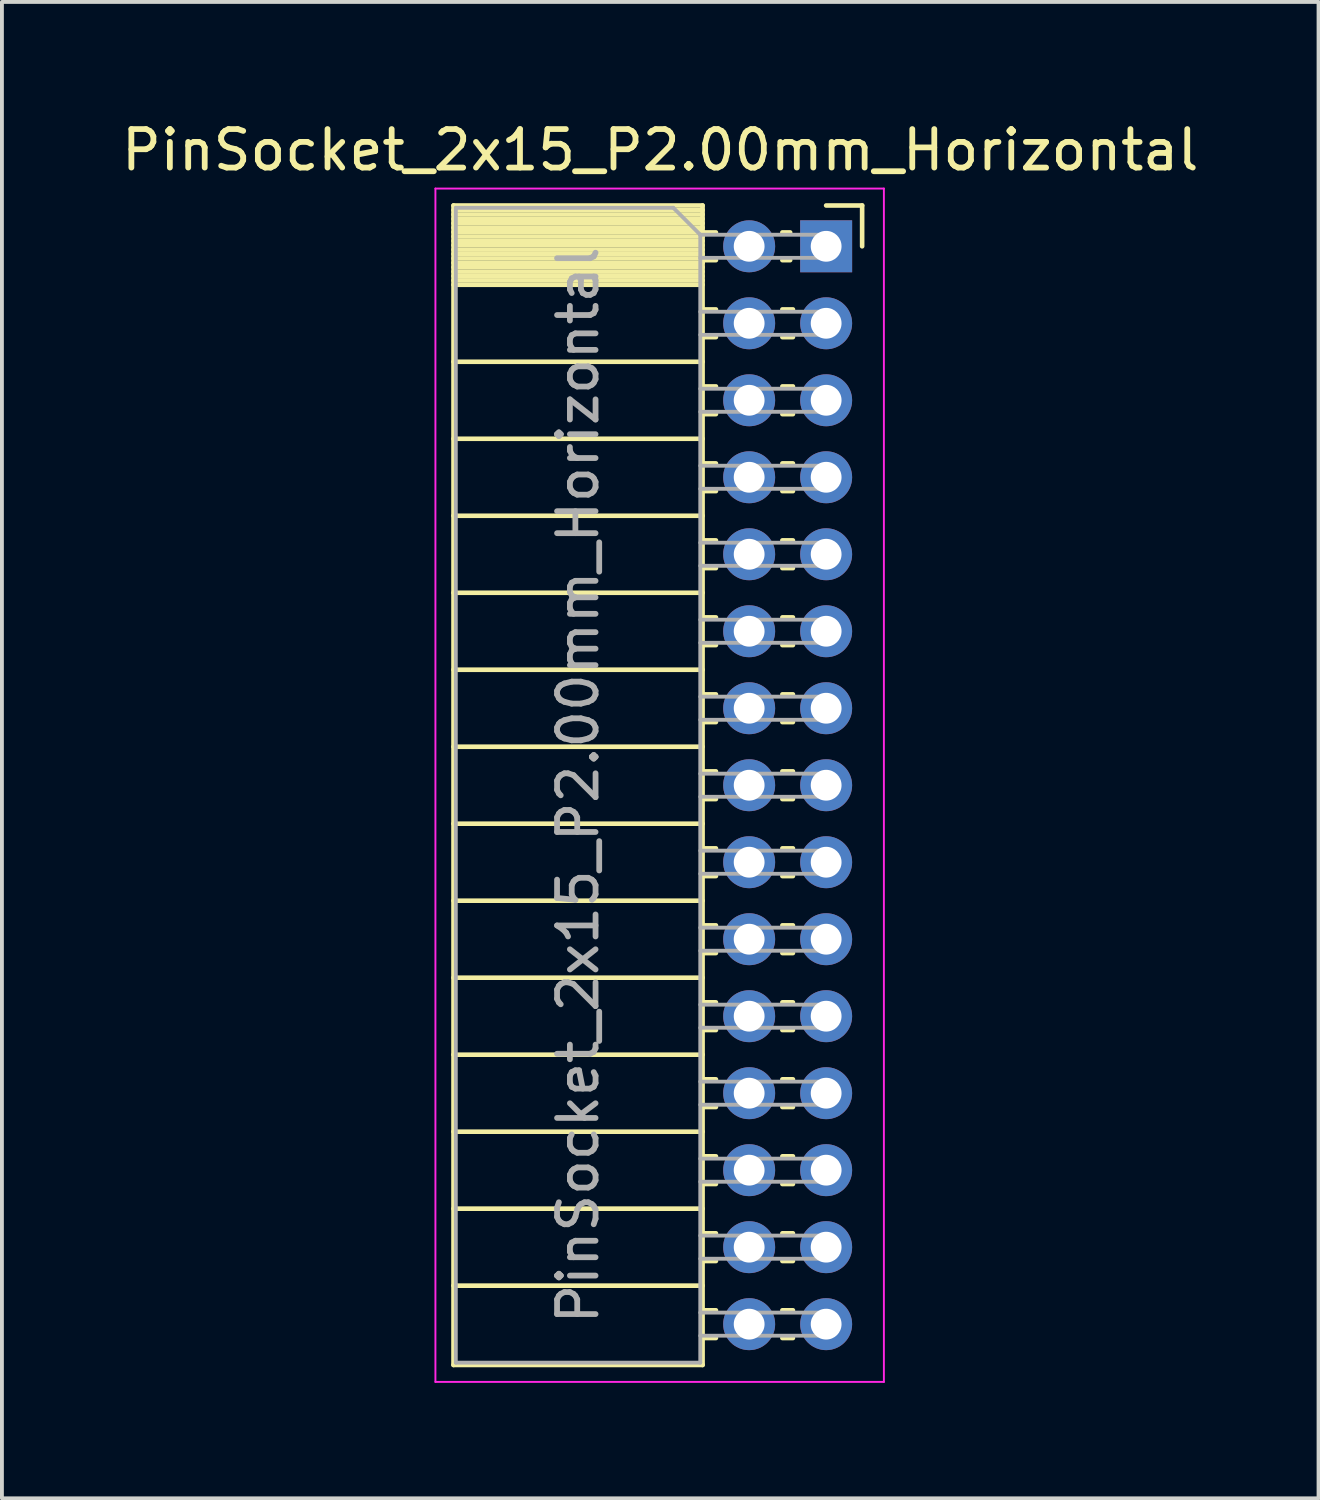
<source format=kicad_pcb>
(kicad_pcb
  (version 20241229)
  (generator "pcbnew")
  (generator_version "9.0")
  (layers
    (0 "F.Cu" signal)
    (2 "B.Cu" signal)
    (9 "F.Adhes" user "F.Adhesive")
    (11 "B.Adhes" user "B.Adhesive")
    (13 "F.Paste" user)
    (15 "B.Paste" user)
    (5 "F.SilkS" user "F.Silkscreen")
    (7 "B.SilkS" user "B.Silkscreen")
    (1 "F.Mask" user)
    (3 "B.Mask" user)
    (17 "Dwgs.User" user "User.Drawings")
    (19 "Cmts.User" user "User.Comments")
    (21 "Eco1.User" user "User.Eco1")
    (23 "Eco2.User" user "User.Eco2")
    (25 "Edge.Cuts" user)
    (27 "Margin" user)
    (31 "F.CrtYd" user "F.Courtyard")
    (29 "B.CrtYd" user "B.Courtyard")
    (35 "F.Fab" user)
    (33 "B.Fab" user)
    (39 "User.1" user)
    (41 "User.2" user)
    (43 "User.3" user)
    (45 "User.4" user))
  (footprint "PinSocket_2x15_P2.00mm_Horizontal"
    (layer "F.Cu")
    (at 18.411 3.348)
    (property "Reference" "PinSocket_2x15_P2.00mm_Horizontal" (at -4.31 -2.5 0) (layer "F.SilkS") (effects (font (size 1 1) (thickness 0.15))))
    (attr through_hole)
    (fp_line (start -9.68 -1.06) (end -9.68 29.06) (stroke (width 0.12) (type solid)) (layer "F.SilkS"))
    (fp_line (start -9.68 -1.06) (end -3.21 -1.06) (stroke (width 0.12) (type solid)) (layer "F.SilkS"))
    (fp_line (start -9.68 -0.94) (end -3.21 -0.94) (stroke (width 0.12) (type solid)) (layer "F.SilkS"))
    (fp_line (start -9.68 -0.826) (end -3.21 -0.826) (stroke (width 0.12) (type solid)) (layer "F.SilkS"))
    (fp_line (start -9.68 -0.712) (end -3.21 -0.712) (stroke (width 0.12) (type solid)) (layer "F.SilkS"))
    (fp_line (start -9.68 -0.598) (end -3.21 -0.598) (stroke (width 0.12) (type solid)) (layer "F.SilkS"))
    (fp_line (start -9.68 -0.484) (end -3.21 -0.484) (stroke (width 0.12) (type solid)) (layer "F.SilkS"))
    (fp_line (start -9.68 -0.369) (end -3.21 -0.369) (stroke (width 0.12) (type solid)) (layer "F.SilkS"))
    (fp_line (start -9.68 -0.255) (end -3.21 -0.255) (stroke (width 0.12) (type solid)) (layer "F.SilkS"))
    (fp_line (start -9.68 -0.141) (end -3.21 -0.141) (stroke (width 0.12) (type solid)) (layer "F.SilkS"))
    (fp_line (start -9.68 -0.027) (end -3.21 -0.027) (stroke (width 0.12) (type solid)) (layer "F.SilkS"))
    (fp_line (start -9.68 0.087) (end -3.21 0.087) (stroke (width 0.12) (type solid)) (layer "F.SilkS"))
    (fp_line (start -9.68 0.201) (end -3.21 0.201) (stroke (width 0.12) (type solid)) (layer "F.SilkS"))
    (fp_line (start -9.68 0.315) (end -3.21 0.315) (stroke (width 0.12) (type solid)) (layer "F.SilkS"))
    (fp_line (start -9.68 0.429) (end -3.21 0.429) (stroke (width 0.12) (type solid)) (layer "F.SilkS"))
    (fp_line (start -9.68 0.544) (end -3.21 0.544) (stroke (width 0.12) (type solid)) (layer "F.SilkS"))
    (fp_line (start -9.68 0.658) (end -3.21 0.658) (stroke (width 0.12) (type solid)) (layer "F.SilkS"))
    (fp_line (start -9.68 0.772) (end -3.21 0.772) (stroke (width 0.12) (type solid)) (layer "F.SilkS"))
    (fp_line (start -9.68 0.886) (end -3.21 0.886) (stroke (width 0.12) (type solid)) (layer "F.SilkS"))
    (fp_line (start -9.68 1) (end -3.21 1) (stroke (width 0.12) (type solid)) (layer "F.SilkS"))
    (fp_line (start -9.68 3) (end -3.21 3) (stroke (width 0.12) (type solid)) (layer "F.SilkS"))
    (fp_line (start -9.68 5) (end -3.21 5) (stroke (width 0.12) (type solid)) (layer "F.SilkS"))
    (fp_line (start -9.68 7) (end -3.21 7) (stroke (width 0.12) (type solid)) (layer "F.SilkS"))
    (fp_line (start -9.68 9) (end -3.21 9) (stroke (width 0.12) (type solid)) (layer "F.SilkS"))
    (fp_line (start -9.68 11) (end -3.21 11) (stroke (width 0.12) (type solid)) (layer "F.SilkS"))
    (fp_line (start -9.68 13) (end -3.21 13) (stroke (width 0.12) (type solid)) (layer "F.SilkS"))
    (fp_line (start -9.68 15) (end -3.21 15) (stroke (width 0.12) (type solid)) (layer "F.SilkS"))
    (fp_line (start -9.68 17) (end -3.21 17) (stroke (width 0.12) (type solid)) (layer "F.SilkS"))
    (fp_line (start -9.68 19) (end -3.21 19) (stroke (width 0.12) (type solid)) (layer "F.SilkS"))
    (fp_line (start -9.68 21) (end -3.21 21) (stroke (width 0.12) (type solid)) (layer "F.SilkS"))
    (fp_line (start -9.68 23) (end -3.21 23) (stroke (width 0.12) (type solid)) (layer "F.SilkS"))
    (fp_line (start -9.68 25) (end -3.21 25) (stroke (width 0.12) (type solid)) (layer "F.SilkS"))
    (fp_line (start -9.68 27) (end -3.21 27) (stroke (width 0.12) (type solid)) (layer "F.SilkS"))
    (fp_line (start -9.68 29.06) (end -3.21 29.06) (stroke (width 0.12) (type solid)) (layer "F.SilkS"))
    (fp_line (start -3.21 -1.06) (end -3.21 29.06) (stroke (width 0.12) (type solid)) (layer "F.SilkS"))
    (fp_line (start -3.21 -0.36) (end -2.863 -0.36) (stroke (width 0.12) (type solid)) (layer "F.SilkS"))
    (fp_line (start -3.21 0.36) (end -2.863 0.36) (stroke (width 0.12) (type solid)) (layer "F.SilkS"))
    (fp_line (start -3.21 1.64) (end -2.863 1.64) (stroke (width 0.12) (type solid)) (layer "F.SilkS"))
    (fp_line (start -3.21 2.36) (end -2.863 2.36) (stroke (width 0.12) (type solid)) (layer "F.SilkS"))
    (fp_line (start -3.21 3.64) (end -2.863 3.64) (stroke (width 0.12) (type solid)) (layer "F.SilkS"))
    (fp_line (start -3.21 4.36) (end -2.863 4.36) (stroke (width 0.12) (type solid)) (layer "F.SilkS"))
    (fp_line (start -3.21 5.64) (end -2.863 5.64) (stroke (width 0.12) (type solid)) (layer "F.SilkS"))
    (fp_line (start -3.21 6.36) (end -2.863 6.36) (stroke (width 0.12) (type solid)) (layer "F.SilkS"))
    (fp_line (start -3.21 7.64) (end -2.863 7.64) (stroke (width 0.12) (type solid)) (layer "F.SilkS"))
    (fp_line (start -3.21 8.36) (end -2.863 8.36) (stroke (width 0.12) (type solid)) (layer "F.SilkS"))
    (fp_line (start -3.21 9.64) (end -2.863 9.64) (stroke (width 0.12) (type solid)) (layer "F.SilkS"))
    (fp_line (start -3.21 10.36) (end -2.863 10.36) (stroke (width 0.12) (type solid)) (layer "F.SilkS"))
    (fp_line (start -3.21 11.64) (end -2.863 11.64) (stroke (width 0.12) (type solid)) (layer "F.SilkS"))
    (fp_line (start -3.21 12.36) (end -2.863 12.36) (stroke (width 0.12) (type solid)) (layer "F.SilkS"))
    (fp_line (start -3.21 13.64) (end -2.863 13.64) (stroke (width 0.12) (type solid)) (layer "F.SilkS"))
    (fp_line (start -3.21 14.36) (end -2.863 14.36) (stroke (width 0.12) (type solid)) (layer "F.SilkS"))
    (fp_line (start -3.21 15.64) (end -2.863 15.64) (stroke (width 0.12) (type solid)) (layer "F.SilkS"))
    (fp_line (start -3.21 16.36) (end -2.863 16.36) (stroke (width 0.12) (type solid)) (layer "F.SilkS"))
    (fp_line (start -3.21 17.64) (end -2.863 17.64) (stroke (width 0.12) (type solid)) (layer "F.SilkS"))
    (fp_line (start -3.21 18.36) (end -2.863 18.36) (stroke (width 0.12) (type solid)) (layer "F.SilkS"))
    (fp_line (start -3.21 19.64) (end -2.863 19.64) (stroke (width 0.12) (type solid)) (layer "F.SilkS"))
    (fp_line (start -3.21 20.36) (end -2.863 20.36) (stroke (width 0.12) (type solid)) (layer "F.SilkS"))
    (fp_line (start -3.21 21.64) (end -2.863 21.64) (stroke (width 0.12) (type solid)) (layer "F.SilkS"))
    (fp_line (start -3.21 22.36) (end -2.863 22.36) (stroke (width 0.12) (type solid)) (layer "F.SilkS"))
    (fp_line (start -3.21 23.64) (end -2.863 23.64) (stroke (width 0.12) (type solid)) (layer "F.SilkS"))
    (fp_line (start -3.21 24.36) (end -2.863 24.36) (stroke (width 0.12) (type solid)) (layer "F.SilkS"))
    (fp_line (start -3.21 25.64) (end -2.863 25.64) (stroke (width 0.12) (type solid)) (layer "F.SilkS"))
    (fp_line (start -3.21 26.36) (end -2.863 26.36) (stroke (width 0.12) (type solid)) (layer "F.SilkS"))
    (fp_line (start -3.21 27.64) (end -2.863 27.64) (stroke (width 0.12) (type solid)) (layer "F.SilkS"))
    (fp_line (start -3.21 28.36) (end -2.863 28.36) (stroke (width 0.12) (type solid)) (layer "F.SilkS"))
    (fp_line (start -1.137 -0.36) (end -0.935 -0.36) (stroke (width 0.12) (type solid)) (layer "F.SilkS"))
    (fp_line (start -1.137 0.36) (end -0.935 0.36) (stroke (width 0.12) (type solid)) (layer "F.SilkS"))
    (fp_line (start -1.137 1.64) (end -0.863 1.64) (stroke (width 0.12) (type solid)) (layer "F.SilkS"))
    (fp_line (start -1.137 2.36) (end -0.863 2.36) (stroke (width 0.12) (type solid)) (layer "F.SilkS"))
    (fp_line (start -1.137 3.64) (end -0.863 3.64) (stroke (width 0.12) (type solid)) (layer "F.SilkS"))
    (fp_line (start -1.137 4.36) (end -0.863 4.36) (stroke (width 0.12) (type solid)) (layer "F.SilkS"))
    (fp_line (start -1.137 5.64) (end -0.863 5.64) (stroke (width 0.12) (type solid)) (layer "F.SilkS"))
    (fp_line (start -1.137 6.36) (end -0.863 6.36) (stroke (width 0.12) (type solid)) (layer "F.SilkS"))
    (fp_line (start -1.137 7.64) (end -0.863 7.64) (stroke (width 0.12) (type solid)) (layer "F.SilkS"))
    (fp_line (start -1.137 8.36) (end -0.863 8.36) (stroke (width 0.12) (type solid)) (layer "F.SilkS"))
    (fp_line (start -1.137 9.64) (end -0.863 9.64) (stroke (width 0.12) (type solid)) (layer "F.SilkS"))
    (fp_line (start -1.137 10.36) (end -0.863 10.36) (stroke (width 0.12) (type solid)) (layer "F.SilkS"))
    (fp_line (start -1.137 11.64) (end -0.863 11.64) (stroke (width 0.12) (type solid)) (layer "F.SilkS"))
    (fp_line (start -1.137 12.36) (end -0.863 12.36) (stroke (width 0.12) (type solid)) (layer "F.SilkS"))
    (fp_line (start -1.137 13.64) (end -0.863 13.64) (stroke (width 0.12) (type solid)) (layer "F.SilkS"))
    (fp_line (start -1.137 14.36) (end -0.863 14.36) (stroke (width 0.12) (type solid)) (layer "F.SilkS"))
    (fp_line (start -1.137 15.64) (end -0.863 15.64) (stroke (width 0.12) (type solid)) (layer "F.SilkS"))
    (fp_line (start -1.137 16.36) (end -0.863 16.36) (stroke (width 0.12) (type solid)) (layer "F.SilkS"))
    (fp_line (start -1.137 17.64) (end -0.863 17.64) (stroke (width 0.12) (type solid)) (layer "F.SilkS"))
    (fp_line (start -1.137 18.36) (end -0.863 18.36) (stroke (width 0.12) (type solid)) (layer "F.SilkS"))
    (fp_line (start -1.137 19.64) (end -0.863 19.64) (stroke (width 0.12) (type solid)) (layer "F.SilkS"))
    (fp_line (start -1.137 20.36) (end -0.863 20.36) (stroke (width 0.12) (type solid)) (layer "F.SilkS"))
    (fp_line (start -1.137 21.64) (end -0.863 21.64) (stroke (width 0.12) (type solid)) (layer "F.SilkS"))
    (fp_line (start -1.137 22.36) (end -0.863 22.36) (stroke (width 0.12) (type solid)) (layer "F.SilkS"))
    (fp_line (start -1.137 23.64) (end -0.863 23.64) (stroke (width 0.12) (type solid)) (layer "F.SilkS"))
    (fp_line (start -1.137 24.36) (end -0.863 24.36) (stroke (width 0.12) (type solid)) (layer "F.SilkS"))
    (fp_line (start -1.137 25.64) (end -0.863 25.64) (stroke (width 0.12) (type solid)) (layer "F.SilkS"))
    (fp_line (start -1.137 26.36) (end -0.863 26.36) (stroke (width 0.12) (type solid)) (layer "F.SilkS"))
    (fp_line (start -1.137 27.64) (end -0.863 27.64) (stroke (width 0.12) (type solid)) (layer "F.SilkS"))
    (fp_line (start -1.137 28.36) (end -0.863 28.36) (stroke (width 0.12) (type solid)) (layer "F.SilkS"))
    (fp_line (start 0 -1.06) (end 0.935 -1.06) (stroke (width 0.12) (type solid)) (layer "F.SilkS"))
    (fp_line (start 0.935 -1.06) (end 0.935 0) (stroke (width 0.12) (type solid)) (layer "F.SilkS"))
    (fp_line (start -10.15 -1.5) (end -10.15 29.5) (stroke (width 0.05) (type solid)) (layer "F.CrtYd"))
    (fp_line (start -10.15 29.5) (end 1.5 29.5) (stroke (width 0.05) (type solid)) (layer "F.CrtYd"))
    (fp_line (start 1.5 -1.5) (end -10.15 -1.5) (stroke (width 0.05) (type solid)) (layer "F.CrtYd"))
    (fp_line (start 1.5 29.5) (end 1.5 -1.5) (stroke (width 0.05) (type solid)) (layer "F.CrtYd"))
    (fp_line (start -9.62 -1) (end -3.97 -1) (stroke (width 0.1) (type solid)) (layer "F.Fab"))
    (fp_line (start -9.62 29) (end -9.62 -1) (stroke (width 0.1) (type solid)) (layer "F.Fab"))
    (fp_line (start -3.97 -1) (end -3.27 -0.3) (stroke (width 0.1) (type solid)) (layer "F.Fab"))
    (fp_line (start -3.27 -0.3) (end -3.27 29) (stroke (width 0.1) (type solid)) (layer "F.Fab"))
    (fp_line (start -3.27 0.3) (end 0 0.3) (stroke (width 0.1) (type solid)) (layer "F.Fab"))
    (fp_line (start -3.27 2.3) (end 0 2.3) (stroke (width 0.1) (type solid)) (layer "F.Fab"))
    (fp_line (start -3.27 4.3) (end 0 4.3) (stroke (width 0.1) (type solid)) (layer "F.Fab"))
    (fp_line (start -3.27 6.3) (end 0 6.3) (stroke (width 0.1) (type solid)) (layer "F.Fab"))
    (fp_line (start -3.27 8.3) (end 0 8.3) (stroke (width 0.1) (type solid)) (layer "F.Fab"))
    (fp_line (start -3.27 10.3) (end 0 10.3) (stroke (width 0.1) (type solid)) (layer "F.Fab"))
    (fp_line (start -3.27 12.3) (end 0 12.3) (stroke (width 0.1) (type solid)) (layer "F.Fab"))
    (fp_line (start -3.27 14.3) (end 0 14.3) (stroke (width 0.1) (type solid)) (layer "F.Fab"))
    (fp_line (start -3.27 16.3) (end 0 16.3) (stroke (width 0.1) (type solid)) (layer "F.Fab"))
    (fp_line (start -3.27 18.3) (end 0 18.3) (stroke (width 0.1) (type solid)) (layer "F.Fab"))
    (fp_line (start -3.27 20.3) (end 0 20.3) (stroke (width 0.1) (type solid)) (layer "F.Fab"))
    (fp_line (start -3.27 22.3) (end 0 22.3) (stroke (width 0.1) (type solid)) (layer "F.Fab"))
    (fp_line (start -3.27 24.3) (end 0 24.3) (stroke (width 0.1) (type solid)) (layer "F.Fab"))
    (fp_line (start -3.27 26.3) (end 0 26.3) (stroke (width 0.1) (type solid)) (layer "F.Fab"))
    (fp_line (start -3.27 28.3) (end 0 28.3) (stroke (width 0.1) (type solid)) (layer "F.Fab"))
    (fp_line (start -3.27 29) (end -9.62 29) (stroke (width 0.1) (type solid)) (layer "F.Fab"))
    (fp_line (start 0 -0.3) (end -3.27 -0.3) (stroke (width 0.1) (type solid)) (layer "F.Fab"))
    (fp_line (start 0 0.3) (end 0 -0.3) (stroke (width 0.1) (type solid)) (layer "F.Fab"))
    (fp_line (start 0 1.7) (end -3.27 1.7) (stroke (width 0.1) (type solid)) (layer "F.Fab"))
    (fp_line (start 0 2.3) (end 0 1.7) (stroke (width 0.1) (type solid)) (layer "F.Fab"))
    (fp_line (start 0 3.7) (end -3.27 3.7) (stroke (width 0.1) (type solid)) (layer "F.Fab"))
    (fp_line (start 0 4.3) (end 0 3.7) (stroke (width 0.1) (type solid)) (layer "F.Fab"))
    (fp_line (start 0 5.7) (end -3.27 5.7) (stroke (width 0.1) (type solid)) (layer "F.Fab"))
    (fp_line (start 0 6.3) (end 0 5.7) (stroke (width 0.1) (type solid)) (layer "F.Fab"))
    (fp_line (start 0 7.7) (end -3.27 7.7) (stroke (width 0.1) (type solid)) (layer "F.Fab"))
    (fp_line (start 0 8.3) (end 0 7.7) (stroke (width 0.1) (type solid)) (layer "F.Fab"))
    (fp_line (start 0 9.7) (end -3.27 9.7) (stroke (width 0.1) (type solid)) (layer "F.Fab"))
    (fp_line (start 0 10.3) (end 0 9.7) (stroke (width 0.1) (type solid)) (layer "F.Fab"))
    (fp_line (start 0 11.7) (end -3.27 11.7) (stroke (width 0.1) (type solid)) (layer "F.Fab"))
    (fp_line (start 0 12.3) (end 0 11.7) (stroke (width 0.1) (type solid)) (layer "F.Fab"))
    (fp_line (start 0 13.7) (end -3.27 13.7) (stroke (width 0.1) (type solid)) (layer "F.Fab"))
    (fp_line (start 0 14.3) (end 0 13.7) (stroke (width 0.1) (type solid)) (layer "F.Fab"))
    (fp_line (start 0 15.7) (end -3.27 15.7) (stroke (width 0.1) (type solid)) (layer "F.Fab"))
    (fp_line (start 0 16.3) (end 0 15.7) (stroke (width 0.1) (type solid)) (layer "F.Fab"))
    (fp_line (start 0 17.7) (end -3.27 17.7) (stroke (width 0.1) (type solid)) (layer "F.Fab"))
    (fp_line (start 0 18.3) (end 0 17.7) (stroke (width 0.1) (type solid)) (layer "F.Fab"))
    (fp_line (start 0 19.7) (end -3.27 19.7) (stroke (width 0.1) (type solid)) (layer "F.Fab"))
    (fp_line (start 0 20.3) (end 0 19.7) (stroke (width 0.1) (type solid)) (layer "F.Fab"))
    (fp_line (start 0 21.7) (end -3.27 21.7) (stroke (width 0.1) (type solid)) (layer "F.Fab"))
    (fp_line (start 0 22.3) (end 0 21.7) (stroke (width 0.1) (type solid)) (layer "F.Fab"))
    (fp_line (start 0 23.7) (end -3.27 23.7) (stroke (width 0.1) (type solid)) (layer "F.Fab"))
    (fp_line (start 0 24.3) (end 0 23.7) (stroke (width 0.1) (type solid)) (layer "F.Fab"))
    (fp_line (start 0 25.7) (end -3.27 25.7) (stroke (width 0.1) (type solid)) (layer "F.Fab"))
    (fp_line (start 0 26.3) (end 0 25.7) (stroke (width 0.1) (type solid)) (layer "F.Fab"))
    (fp_line (start 0 27.7) (end -3.27 27.7) (stroke (width 0.1) (type solid)) (layer "F.Fab"))
    (fp_line (start 0 28.3) (end 0 27.7) (stroke (width 0.1) (type solid)) (layer "F.Fab"))
    (fp_text user "${REFERENCE}" (at -6.445 14 90) (layer "F.Fab") (effects (font (size 1 1) (thickness 0.15))))
    (pad "1" thru_hole rect (at 0 0) (size 1.35 1.35) (drill 0.8) (layers "*.Cu" "*.Mask"))
    (pad "2" thru_hole oval (at -2 0) (size 1.35 1.35) (drill 0.8) (layers "*.Cu" "*.Mask"))
    (pad "3" thru_hole oval (at 0 2) (size 1.35 1.35) (drill 0.8) (layers "*.Cu" "*.Mask"))
    (pad "4" thru_hole oval (at -2 2) (size 1.35 1.35) (drill 0.8) (layers "*.Cu" "*.Mask"))
    (pad "5" thru_hole oval (at 0 4) (size 1.35 1.35) (drill 0.8) (layers "*.Cu" "*.Mask"))
    (pad "6" thru_hole oval (at -2 4) (size 1.35 1.35) (drill 0.8) (layers "*.Cu" "*.Mask"))
    (pad "7" thru_hole oval (at 0 6) (size 1.35 1.35) (drill 0.8) (layers "*.Cu" "*.Mask"))
    (pad "8" thru_hole oval (at -2 6) (size 1.35 1.35) (drill 0.8) (layers "*.Cu" "*.Mask"))
    (pad "9" thru_hole oval (at 0 8) (size 1.35 1.35) (drill 0.8) (layers "*.Cu" "*.Mask"))
    (pad "10" thru_hole oval (at -2 8) (size 1.35 1.35) (drill 0.8) (layers "*.Cu" "*.Mask"))
    (pad "11" thru_hole oval (at 0 10) (size 1.35 1.35) (drill 0.8) (layers "*.Cu" "*.Mask"))
    (pad "12" thru_hole oval (at -2 10) (size 1.35 1.35) (drill 0.8) (layers "*.Cu" "*.Mask"))
    (pad "13" thru_hole oval (at 0 12) (size 1.35 1.35) (drill 0.8) (layers "*.Cu" "*.Mask"))
    (pad "14" thru_hole oval (at -2 12) (size 1.35 1.35) (drill 0.8) (layers "*.Cu" "*.Mask"))
    (pad "15" thru_hole oval (at 0 14) (size 1.35 1.35) (drill 0.8) (layers "*.Cu" "*.Mask"))
    (pad "16" thru_hole oval (at -2 14) (size 1.35 1.35) (drill 0.8) (layers "*.Cu" "*.Mask"))
    (pad "17" thru_hole oval (at 0 16) (size 1.35 1.35) (drill 0.8) (layers "*.Cu" "*.Mask"))
    (pad "18" thru_hole oval (at -2 16) (size 1.35 1.35) (drill 0.8) (layers "*.Cu" "*.Mask"))
    (pad "19" thru_hole oval (at 0 18) (size 1.35 1.35) (drill 0.8) (layers "*.Cu" "*.Mask"))
    (pad "20" thru_hole oval (at -2 18) (size 1.35 1.35) (drill 0.8) (layers "*.Cu" "*.Mask"))
    (pad "21" thru_hole oval (at 0 20) (size 1.35 1.35) (drill 0.8) (layers "*.Cu" "*.Mask"))
    (pad "22" thru_hole oval (at -2 20) (size 1.35 1.35) (drill 0.8) (layers "*.Cu" "*.Mask"))
    (pad "23" thru_hole oval (at 0 22) (size 1.35 1.35) (drill 0.8) (layers "*.Cu" "*.Mask"))
    (pad "24" thru_hole oval (at -2 22) (size 1.35 1.35) (drill 0.8) (layers "*.Cu" "*.Mask"))
    (pad "25" thru_hole oval (at 0 24) (size 1.35 1.35) (drill 0.8) (layers "*.Cu" "*.Mask"))
    (pad "26" thru_hole oval (at -2 24) (size 1.35 1.35) (drill 0.8) (layers "*.Cu" "*.Mask"))
    (pad "27" thru_hole oval (at 0 26) (size 1.35 1.35) (drill 0.8) (layers "*.Cu" "*.Mask"))
    (pad "28" thru_hole oval (at -2 26) (size 1.35 1.35) (drill 0.8) (layers "*.Cu" "*.Mask"))
    (pad "29" thru_hole oval (at 0 28) (size 1.35 1.35) (drill 0.8) (layers "*.Cu" "*.Mask"))
    (pad "30" thru_hole oval (at -2 28) (size 1.35 1.35) (drill 0.8) (layers "*.Cu" "*.Mask")))
  (gr_rect
    (start -3 -3)
    (end 31.202 35.873)
    (stroke (width 0.1) (type default))
    (fill no)
    (layer "Edge.Cuts")))
</source>
